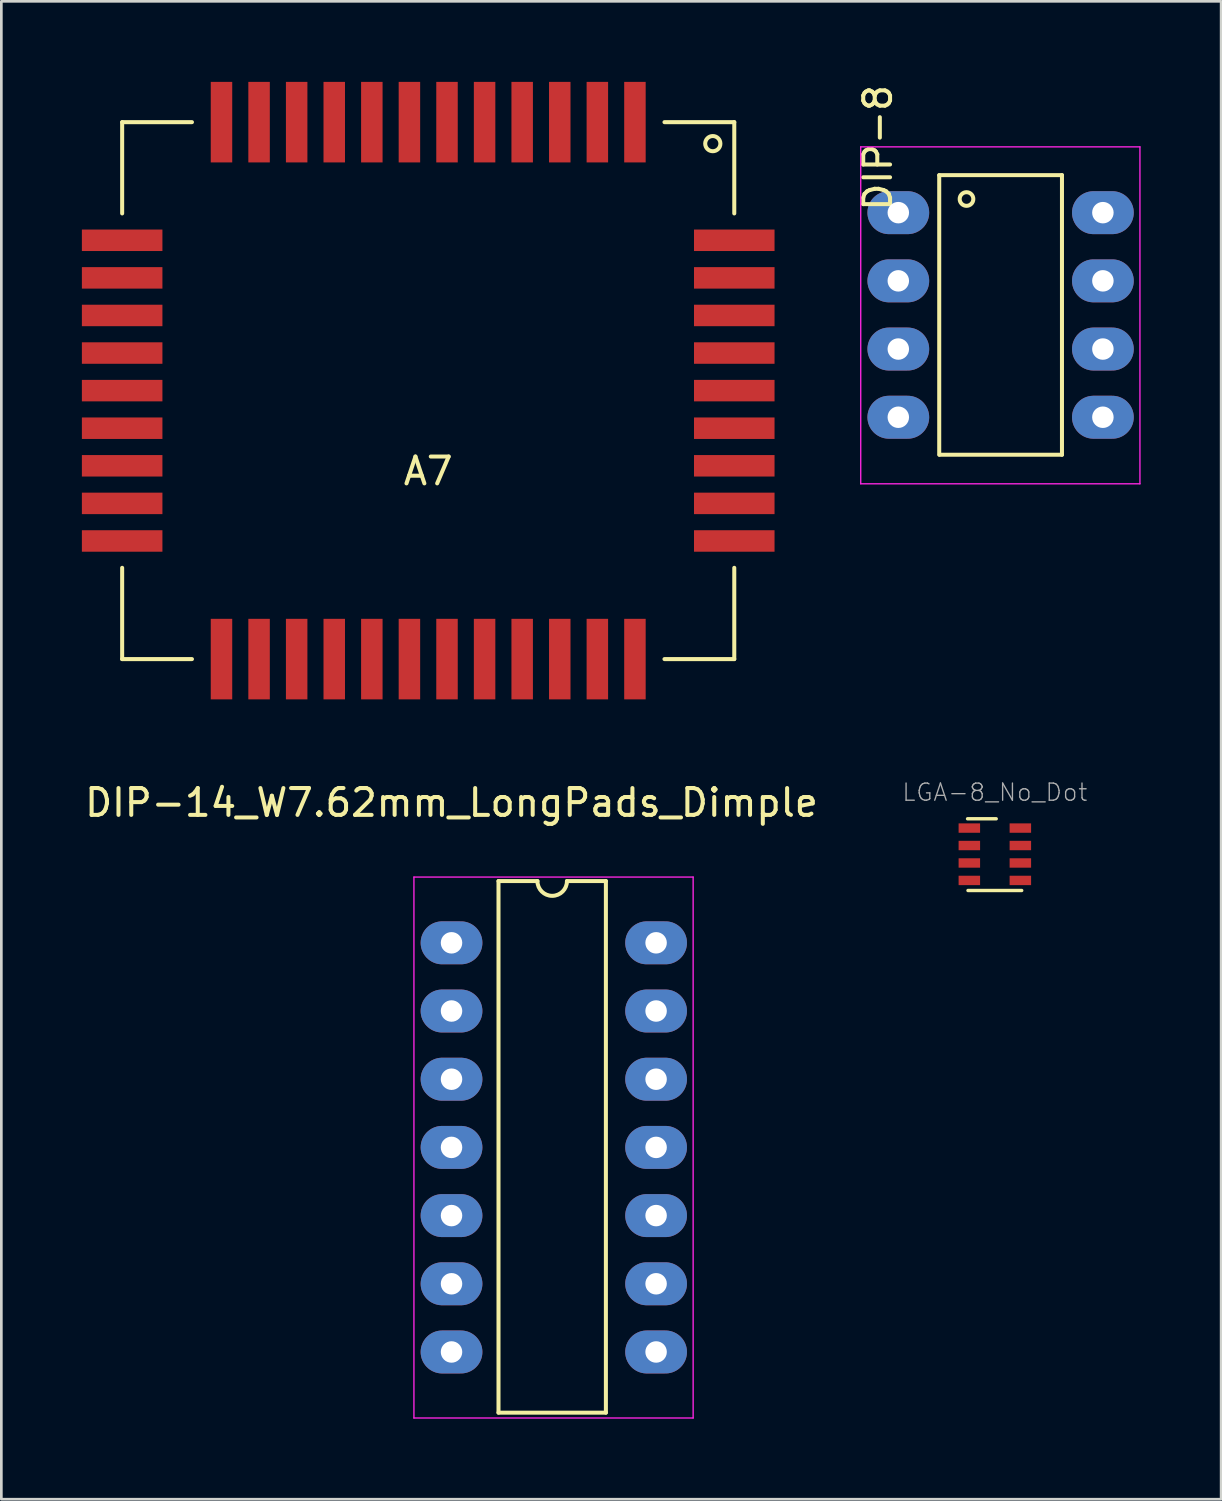
<source format=kicad_pcb>
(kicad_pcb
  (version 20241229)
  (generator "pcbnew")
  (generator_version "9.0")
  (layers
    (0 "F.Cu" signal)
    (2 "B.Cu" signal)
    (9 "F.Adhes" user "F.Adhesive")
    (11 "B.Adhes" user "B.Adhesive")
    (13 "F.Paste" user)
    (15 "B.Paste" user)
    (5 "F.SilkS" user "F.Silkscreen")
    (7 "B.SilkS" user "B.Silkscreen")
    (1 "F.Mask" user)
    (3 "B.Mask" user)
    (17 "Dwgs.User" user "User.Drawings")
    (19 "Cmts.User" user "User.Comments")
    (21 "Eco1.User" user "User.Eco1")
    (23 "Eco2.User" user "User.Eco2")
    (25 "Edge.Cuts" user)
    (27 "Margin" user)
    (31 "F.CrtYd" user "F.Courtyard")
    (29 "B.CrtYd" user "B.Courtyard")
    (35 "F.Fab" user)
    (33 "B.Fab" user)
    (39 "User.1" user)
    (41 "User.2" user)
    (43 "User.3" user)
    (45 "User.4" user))
  (footprint "A7"
    (layer "F.Cu")
    (at 12.9 11.5)
    (property "Reference" "A7" (at 0 3 0) (layer "F.SilkS") (effects (font (size 1 1) (thickness 0.15))))
    (attr through_hole)
    (fp_line (start -11.4 -10) (end -11.4 -6.6) (stroke (width 0.15) (type solid)) (layer "F.SilkS"))
    (fp_line (start -11.4 -10) (end -8.8 -10) (stroke (width 0.15) (type solid)) (layer "F.SilkS"))
    (fp_line (start -11.4 10) (end -11.4 6.6) (stroke (width 0.15) (type solid)) (layer "F.SilkS"))
    (fp_line (start -11.4 10) (end -8.8 10) (stroke (width 0.15) (type solid)) (layer "F.SilkS"))
    (fp_line (start 11.4 -10) (end 8.8 -10) (stroke (width 0.15) (type solid)) (layer "F.SilkS"))
    (fp_line (start 11.4 -10) (end 11.4 -6.6) (stroke (width 0.15) (type solid)) (layer "F.SilkS"))
    (fp_line (start 11.4 10) (end 8.8 10) (stroke (width 0.15) (type solid)) (layer "F.SilkS"))
    (fp_line (start 11.4 10) (end 11.4 6.6) (stroke (width 0.15) (type solid)) (layer "F.SilkS"))
    (fp_circle (center 10.6 -9.2) (end 10.4 -9.4) (stroke (width 0.15) (type solid)) (fill no) (layer "F.SilkS"))
    (pad "1" smd rect (at 7.7 -10) (size 0.8 3) (layers "F.Cu" "F.Mask" "F.Paste"))
    (pad "2" smd rect (at 6.3 -10) (size 0.8 3) (layers "F.Cu" "F.Mask" "F.Paste"))
    (pad "3" smd rect (at 4.9 -10) (size 0.8 3) (layers "F.Cu" "F.Mask" "F.Paste"))
    (pad "4" smd rect (at 3.5 -10) (size 0.8 3) (layers "F.Cu" "F.Mask" "F.Paste"))
    (pad "5" smd rect (at 2.1 -10) (size 0.8 3) (layers "F.Cu" "F.Mask" "F.Paste"))
    (pad "6" smd rect (at 0.7 -10) (size 0.8 3) (layers "F.Cu" "F.Mask" "F.Paste"))
    (pad "7" smd rect (at -0.7 -10) (size 0.8 3) (layers "F.Cu" "F.Mask" "F.Paste"))
    (pad "8" smd rect (at -2.1 -10) (size 0.8 3) (layers "F.Cu" "F.Mask" "F.Paste"))
    (pad "9" smd rect (at -3.5 -10) (size 0.8 3) (layers "F.Cu" "F.Mask" "F.Paste"))
    (pad "10" smd rect (at -4.9 -10) (size 0.8 3) (layers "F.Cu" "F.Mask" "F.Paste"))
    (pad "11" smd rect (at -6.3 -10) (size 0.8 3) (layers "F.Cu" "F.Mask" "F.Paste"))
    (pad "12" smd rect (at -7.7 -10) (size 0.8 3) (layers "F.Cu" "F.Mask" "F.Paste"))
    (pad "13" smd rect (at -11.4 -5.6 90) (size 0.8 3) (layers "F.Cu" "F.Mask" "F.Paste"))
    (pad "14" smd rect (at -11.4 -4.2 90) (size 0.8 3) (layers "F.Cu" "F.Mask" "F.Paste"))
    (pad "15" smd rect (at -11.4 -2.8 90) (size 0.8 3) (layers "F.Cu" "F.Mask" "F.Paste"))
    (pad "16" smd rect (at -11.4 -1.4 90) (size 0.8 3) (layers "F.Cu" "F.Mask" "F.Paste"))
    (pad "17" smd rect (at -11.4 0 90) (size 0.8 3) (layers "F.Cu" "F.Mask" "F.Paste"))
    (pad "18" smd rect (at -11.4 1.4 90) (size 0.8 3) (layers "F.Cu" "F.Mask" "F.Paste"))
    (pad "19" smd rect (at -11.4 2.8 90) (size 0.8 3) (layers "F.Cu" "F.Mask" "F.Paste"))
    (pad "20" smd rect (at -11.4 4.2 90) (size 0.8 3) (layers "F.Cu" "F.Mask" "F.Paste"))
    (pad "21" smd rect (at -11.4 5.6 90) (size 0.8 3) (layers "F.Cu" "F.Mask" "F.Paste"))
    (pad "22" smd rect (at -7.7 10 180) (size 0.8 3) (layers "F.Cu" "F.Mask" "F.Paste"))
    (pad "23" smd rect (at -6.3 10 180) (size 0.8 3) (layers "F.Cu" "F.Mask" "F.Paste"))
    (pad "24" smd rect (at -4.9 10 180) (size 0.8 3) (layers "F.Cu" "F.Mask" "F.Paste"))
    (pad "25" smd rect (at -3.5 10 180) (size 0.8 3) (layers "F.Cu" "F.Mask" "F.Paste"))
    (pad "26" smd rect (at -2.1 10 180) (size 0.8 3) (layers "F.Cu" "F.Mask" "F.Paste"))
    (pad "27" smd rect (at -0.7 10 180) (size 0.8 3) (layers "F.Cu" "F.Mask" "F.Paste"))
    (pad "28" smd rect (at 0.7 10 180) (size 0.8 3) (layers "F.Cu" "F.Mask" "F.Paste"))
    (pad "29" smd rect (at 2.1 10 180) (size 0.8 3) (layers "F.Cu" "F.Mask" "F.Paste"))
    (pad "30" smd rect (at 3.5 10 180) (size 0.8 3) (layers "F.Cu" "F.Mask" "F.Paste"))
    (pad "31" smd rect (at 4.9 10 180) (size 0.8 3) (layers "F.Cu" "F.Mask" "F.Paste"))
    (pad "32" smd rect (at 6.3 10 180) (size 0.8 3) (layers "F.Cu" "F.Mask" "F.Paste"))
    (pad "33" smd rect (at 7.7 10 180) (size 0.8 3) (layers "F.Cu" "F.Mask" "F.Paste"))
    (pad "34" smd rect (at 11.4 5.6 90) (size 0.8 3) (layers "F.Cu" "F.Mask" "F.Paste"))
    (pad "35" smd rect (at 11.4 4.2 90) (size 0.8 3) (layers "F.Cu" "F.Mask" "F.Paste"))
    (pad "36" smd rect (at 11.4 2.8 90) (size 0.8 3) (layers "F.Cu" "F.Mask" "F.Paste"))
    (pad "37" smd rect (at 11.4 1.4 90) (size 0.8 3) (layers "F.Cu" "F.Mask" "F.Paste"))
    (pad "38" smd rect (at 11.4 0 90) (size 0.8 3) (layers "F.Cu" "F.Mask" "F.Paste"))
    (pad "39" smd rect (at 11.4 -1.4 90) (size 0.8 3) (layers "F.Cu" "F.Mask" "F.Paste"))
    (pad "40" smd rect (at 11.4 -2.8 90) (size 0.8 3) (layers "F.Cu" "F.Mask" "F.Paste"))
    (pad "41" smd rect (at 11.4 -4.2 90) (size 0.8 3) (layers "F.Cu" "F.Mask" "F.Paste"))
    (pad "42" smd rect (at 11.4 -5.6 90) (size 0.8 3) (layers "F.Cu" "F.Mask" "F.Paste")))
  (footprint "DIP-14_W7.62mm_LongPads_Dimple"
    (layer "F.Cu")
    (at 13.768 32.068)
    (property "Reference" "DIP-14_W7.62mm_LongPads_Dimple" (at 0 -5.22 0) (layer "F.SilkS") (effects (font (size 1 1) (thickness 0.15))))
    (attr through_hole)
    (fp_line (start 1.75 -2.3) (end 1.75 17.5) (stroke (width 0.15) (type solid)) (layer "F.SilkS"))
    (fp_line (start 1.75 17.5) (end 5.75 17.5) (stroke (width 0.15) (type solid)) (layer "F.SilkS"))
    (fp_line (start 3.2 -2.3) (end 1.75 -2.3) (stroke (width 0.15) (type solid)) (layer "F.SilkS"))
    (fp_line (start 4.3 -2.3) (end 5.75 -2.3) (stroke (width 0.15) (type solid)) (layer "F.SilkS"))
    (fp_line (start 5.75 17.5) (end 5.75 -2.3) (stroke (width 0.15) (type solid)) (layer "F.SilkS"))
    (fp_arc (start 4.3 -2.3) (mid 3.75 -1.75) (end 3.2 -2.3) (stroke (width 0.15) (type solid)) (layer "F.SilkS"))
    (fp_line (start -1.4 -2.45) (end -1.4 17.7) (stroke (width 0.05) (type solid)) (layer "F.CrtYd"))
    (fp_line (start -1.4 -2.45) (end 9 -2.45) (stroke (width 0.05) (type solid)) (layer "F.CrtYd"))
    (fp_line (start -1.4 17.7) (end 9 17.7) (stroke (width 0.05) (type solid)) (layer "F.CrtYd"))
    (fp_line (start 9 -2.45) (end 9 17.7) (stroke (width 0.05) (type solid)) (layer "F.CrtYd"))
    (pad "1" thru_hole oval (at 0 0) (size 2.3 1.6) (drill 0.8) (layers "*.Cu" "*.Mask"))
    (pad "2" thru_hole oval (at 0 2.54) (size 2.3 1.6) (drill 0.8) (layers "*.Cu" "*.Mask"))
    (pad "3" thru_hole oval (at 0 5.08) (size 2.3 1.6) (drill 0.8) (layers "*.Cu" "*.Mask"))
    (pad "4" thru_hole oval (at 0 7.62) (size 2.3 1.6) (drill 0.8) (layers "*.Cu" "*.Mask"))
    (pad "5" thru_hole oval (at 0 10.16) (size 2.3 1.6) (drill 0.8) (layers "*.Cu" "*.Mask"))
    (pad "6" thru_hole oval (at 0 12.7) (size 2.3 1.6) (drill 0.8) (layers "*.Cu" "*.Mask"))
    (pad "7" thru_hole oval (at 0 15.24) (size 2.3 1.6) (drill 0.8) (layers "*.Cu" "*.Mask"))
    (pad "8" thru_hole oval (at 7.62 15.24) (size 2.3 1.6) (drill 0.8) (layers "*.Cu" "*.Mask"))
    (pad "9" thru_hole oval (at 7.62 12.7) (size 2.3 1.6) (drill 0.8) (layers "*.Cu" "*.Mask"))
    (pad "10" thru_hole oval (at 7.62 10.16) (size 2.3 1.6) (drill 0.8) (layers "*.Cu" "*.Mask"))
    (pad "11" thru_hole oval (at 7.62 7.62) (size 2.3 1.6) (drill 0.8) (layers "*.Cu" "*.Mask"))
    (pad "12" thru_hole oval (at 7.62 5.08) (size 2.3 1.6) (drill 0.8) (layers "*.Cu" "*.Mask"))
    (pad "13" thru_hole oval (at 7.62 2.54) (size 2.3 1.6) (drill 0.8) (layers "*.Cu" "*.Mask"))
    (pad "14" thru_hole oval (at 7.62 0) (size 2.3 1.6) (drill 0.8) (layers "*.Cu" "*.Mask")))
  (footprint "LGA-8_No_Dot"
    (layer "F.Cu")
    (at 34.006 28.769)
    (property "Reference" "LGA-8_No_Dot" (at 0 -2.306 0) (layer "F.Fab") (effects (font (size 0.64 0.64) (thickness 0.05))))
    (attr smd)
    (fp_line (start -1.016 -1.321) (end 0.051 -1.321) (stroke (width 0.127) (type solid)) (layer "F.SilkS"))
    (fp_line (start -1 1.35) (end 1 1.35) (stroke (width 0.127) (type solid)) (layer "F.SilkS"))
    (pad "1" smd rect (at 0.95 -0.975) (size 0.8 0.35) (layers "F.Cu" "F.Mask" "F.Paste"))
    (pad "2" smd rect (at 0.95 -0.325) (size 0.8 0.35) (layers "F.Cu" "F.Mask" "F.Paste"))
    (pad "3" smd rect (at 0.95 0.325) (size 0.8 0.35) (layers "F.Cu" "F.Mask" "F.Paste"))
    (pad "4" smd rect (at 0.95 0.975) (size 0.8 0.35) (layers "F.Cu" "F.Mask" "F.Paste"))
    (pad "5" smd rect (at -0.95 0.975) (size 0.8 0.35) (layers "F.Cu" "F.Mask" "F.Paste"))
    (pad "6" smd rect (at -0.95 0.325) (size 0.8 0.35) (layers "F.Cu" "F.Mask" "F.Paste"))
    (pad "7" smd rect (at -0.95 -0.325) (size 0.8 0.35) (layers "F.Cu" "F.Mask" "F.Paste"))
    (pad "8" smd rect (at -0.95 -0.975) (size 0.8 0.35) (layers "F.Cu" "F.Mask" "F.Paste")))
  (footprint "DIP-8"
    (layer "F.Cu")
    (at 30.41 4.871)
    (property "Reference" "DIP-8" (at -0.762 -2.413 90) (layer "F.SilkS") (effects (font (size 1 1) (thickness 0.15))))
    (attr through_hole)
    (fp_line (start 1.524 -1.397) (end 6.096 -1.397) (stroke (width 0.15) (type solid)) (layer "F.SilkS"))
    (fp_line (start 1.524 9.017) (end 1.524 -1.397) (stroke (width 0.15) (type solid)) (layer "F.SilkS"))
    (fp_line (start 1.54 9.017) (end 6.096 9.017) (stroke (width 0.15) (type solid)) (layer "F.SilkS"))
    (fp_line (start 6.096 9.017) (end 6.096 -1.397) (stroke (width 0.15) (type solid)) (layer "F.SilkS"))
    (fp_circle (center 2.54 -0.508) (end 2.54 -0.762) (stroke (width 0.15) (type solid)) (fill no) (layer "F.SilkS"))
    (fp_line (start -1.4 -2.45) (end -1.4 10.1) (stroke (width 0.05) (type solid)) (layer "F.CrtYd"))
    (fp_line (start -1.4 -2.45) (end 9 -2.45) (stroke (width 0.05) (type solid)) (layer "F.CrtYd"))
    (fp_line (start -1.4 10.1) (end 9 10.1) (stroke (width 0.05) (type solid)) (layer "F.CrtYd"))
    (fp_line (start 9 -2.45) (end 9 10.1) (stroke (width 0.05) (type solid)) (layer "F.CrtYd"))
    (pad "1" thru_hole oval (at 0 0) (size 2.3 1.6) (drill 0.8) (layers "*.Cu" "*.Mask"))
    (pad "2" thru_hole oval (at 0 2.54) (size 2.3 1.6) (drill 0.8) (layers "*.Cu" "*.Mask"))
    (pad "3" thru_hole oval (at 0 5.08) (size 2.3 1.6) (drill 0.8) (layers "*.Cu" "*.Mask"))
    (pad "4" thru_hole oval (at 0 7.62) (size 2.3 1.6) (drill 0.8) (layers "*.Cu" "*.Mask"))
    (pad "5" thru_hole oval (at 7.62 7.62) (size 2.3 1.6) (drill 0.8) (layers "*.Cu" "*.Mask"))
    (pad "6" thru_hole oval (at 7.62 5.08) (size 2.3 1.6) (drill 0.8) (layers "*.Cu" "*.Mask"))
    (pad "7" thru_hole oval (at 7.62 2.54) (size 2.3 1.6) (drill 0.8) (layers "*.Cu" "*.Mask"))
    (pad "8" thru_hole oval (at 7.62 0) (size 2.3 1.6) (drill 0.8) (layers "*.Cu" "*.Mask")))
  (gr_rect
    (start -3 -3)
    (end 42.435 52.793)
    (stroke (width 0.1) (type default))
    (fill no)
    (layer "Edge.Cuts")))
</source>
